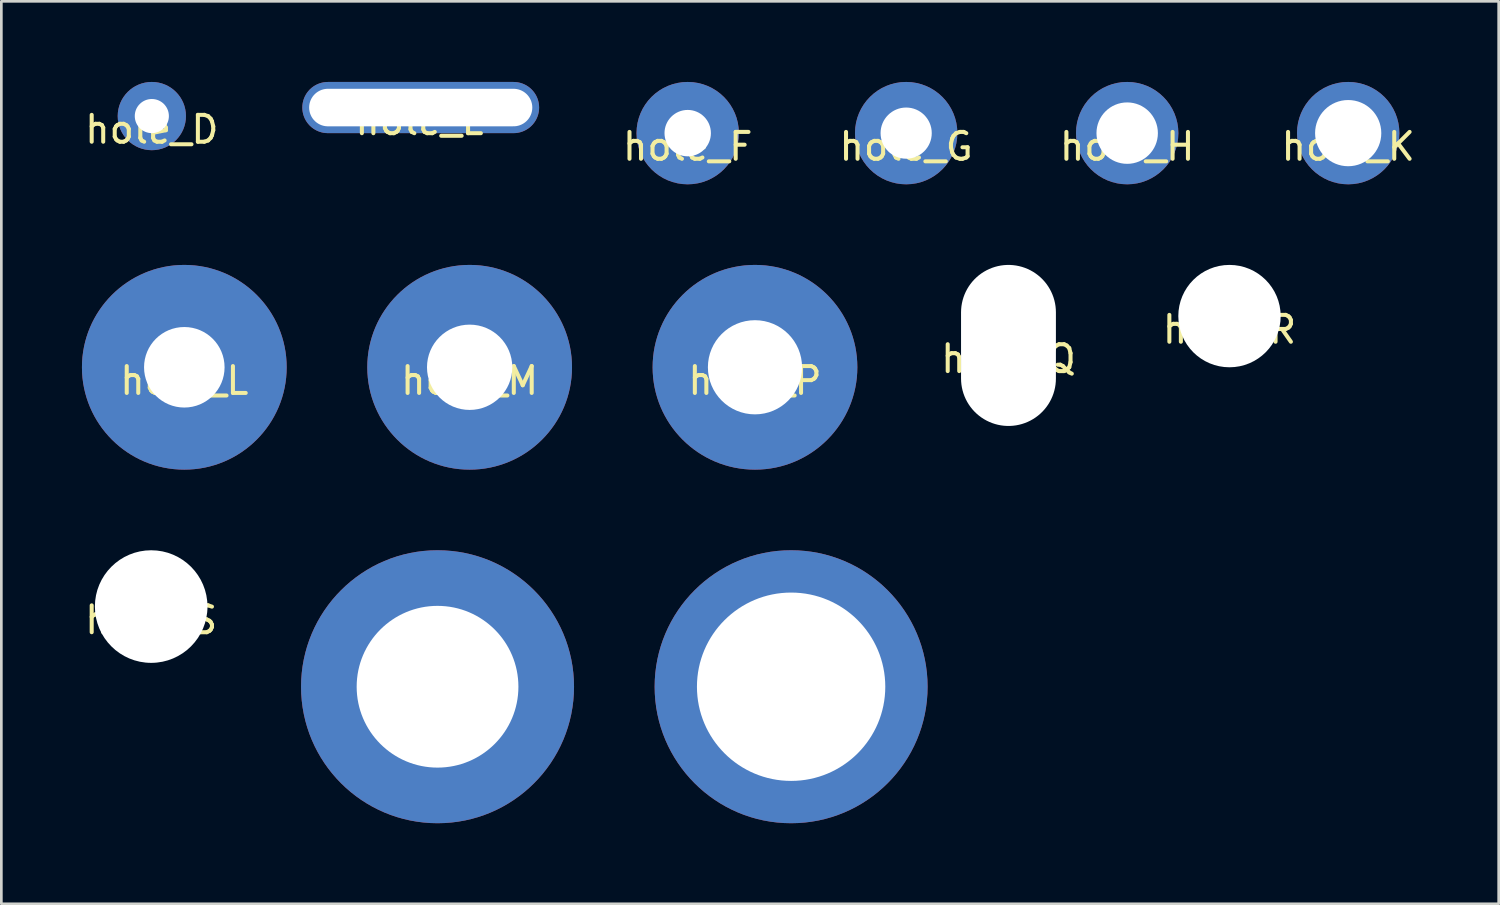
<source format=kicad_pcb>
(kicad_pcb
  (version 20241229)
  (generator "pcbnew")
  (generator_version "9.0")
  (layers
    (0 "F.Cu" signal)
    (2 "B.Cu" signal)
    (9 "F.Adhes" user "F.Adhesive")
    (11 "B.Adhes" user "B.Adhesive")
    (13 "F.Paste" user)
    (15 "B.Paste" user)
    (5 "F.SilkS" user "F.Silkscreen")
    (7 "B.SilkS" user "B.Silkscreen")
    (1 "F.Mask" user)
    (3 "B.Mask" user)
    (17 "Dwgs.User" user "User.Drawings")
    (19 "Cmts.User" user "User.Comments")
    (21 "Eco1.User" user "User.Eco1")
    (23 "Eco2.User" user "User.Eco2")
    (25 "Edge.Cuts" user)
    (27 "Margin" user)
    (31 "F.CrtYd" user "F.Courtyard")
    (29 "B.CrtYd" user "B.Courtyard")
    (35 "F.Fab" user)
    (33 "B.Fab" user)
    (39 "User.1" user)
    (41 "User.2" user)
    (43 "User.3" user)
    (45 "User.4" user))
  (footprint "hole_V"
    (layer "F.Cu")
    (at 26.395 22.51)
    (property "Reference" "hole_V" (at 0 0.5 0) (layer "F.SilkS") (effects (font (size 1 1) (thickness 0.15))))
    (attr through_hole)
    (pad "" thru_hole circle (at 0 0) (size 10.16 10.16) (drill 7.01) (layers "*.Cu" "*.Mask")))
  (footprint "hole_Q"
    (layer "F.Cu")
    (at 34.485 9.807)
    (property "Reference" "hole_Q" (at 0 0.5 0) (layer "F.SilkS") (effects (font (size 1 1) (thickness 0.15))))
    (attr through_hole)
    (pad "" np_thru_hole oval (at 0 0) (size 3.531 5.994) (drill oval 3.531 5.994) (layers "*.Cu" "*.Mask")))
  (footprint "hole_U"
    (layer "F.Cu")
    (at 13.235 22.51)
    (property "Reference" "hole_U" (at 0 0.5 0) (layer "F.SilkS") (effects (font (size 1 1) (thickness 0.15))))
    (attr through_hole)
    (pad "" thru_hole circle (at 0 0) (size 10.16 10.16) (drill 6.02) (layers "*.Cu" "*.Mask")))
  (footprint "hole_D"
    (layer "F.Cu")
    (at 2.601 1.27)
    (property "Reference" "hole_D" (at 0 0.5 0) (layer "F.SilkS") (effects (font (size 1 1) (thickness 0.15))))
    (attr through_hole)
    (pad "" thru_hole circle (at 0 0) (size 2.54 2.54) (drill 1.27) (layers "*.Cu" "*.Mask")))
  (footprint "hole_M"
    (layer "F.Cu")
    (at 14.43 10.62)
    (property "Reference" "hole_M" (at 0 0.5 0) (layer "F.SilkS") (effects (font (size 1 1) (thickness 0.15))))
    (attr through_hole)
    (pad "" thru_hole circle (at 0 0) (size 7.62 7.62) (drill 3.175) (layers "*.Cu" "*.Mask")))
  (footprint "hole_H"
    (layer "F.Cu")
    (at 38.903 1.905)
    (property "Reference" "hole_H" (at 0 0.5 0) (layer "F.SilkS") (effects (font (size 1 1) (thickness 0.15))))
    (attr through_hole)
    (pad "" thru_hole circle (at 0 0) (size 3.81 3.81) (drill 2.286) (layers "*.Cu" "*.Mask")))
  (footprint "hole_K"
    (layer "F.Cu")
    (at 47.129 1.905)
    (property "Reference" "hole_K" (at 0 0.5 0) (layer "F.SilkS") (effects (font (size 1 1) (thickness 0.15))))
    (attr through_hole)
    (pad "" thru_hole circle (at 0 0) (size 3.81 3.81) (drill 2.464) (layers "*.Cu" "*.Mask")))
  (footprint "hole_L"
    (layer "F.Cu")
    (at 3.81 10.62)
    (property "Reference" "hole_L" (at 0 0.5 0) (layer "F.SilkS") (effects (font (size 1 1) (thickness 0.15))))
    (attr through_hole)
    (pad "" thru_hole circle (at 0 0) (size 7.62 7.62) (drill 2.997) (layers "*.Cu" "*.Mask")))
  (footprint "hole_F"
    (layer "F.Cu")
    (at 22.546 1.905)
    (property "Reference" "hole_F" (at 0 0.5 0) (layer "F.SilkS") (effects (font (size 1 1) (thickness 0.15))))
    (attr through_hole)
    (pad "" thru_hole circle (at 0 0) (size 3.81 3.81) (drill 1.727) (layers "*.Cu" "*.Mask")))
  (footprint "hole_R"
    (layer "F.Cu")
    (at 42.711 8.715)
    (property "Reference" "hole_R" (at 0 0.5 0) (layer "F.SilkS") (effects (font (size 1 1) (thickness 0.15))))
    (attr through_hole)
    (pad "" np_thru_hole circle (at 0 0) (size 3.81 3.81) (drill 3.81) (layers "*.Cu" "*.Mask")))
  (footprint "hole_S"
    (layer "F.Cu")
    (at 2.577 19.526)
    (property "Reference" "hole_S" (at 0 0.5 0) (layer "F.SilkS") (effects (font (size 1 1) (thickness 0.15))))
    (attr through_hole)
    (pad "" np_thru_hole circle (at 0 0) (size 4.191 4.191) (drill 4.191) (layers "*.Cu" "*.Mask")))
  (footprint "hole_P"
    (layer "F.Cu")
    (at 25.05 10.62)
    (property "Reference" "hole_P" (at 0 0.5 0) (layer "F.SilkS") (effects (font (size 1 1) (thickness 0.15))))
    (attr through_hole)
    (pad "" thru_hole circle (at 0 0) (size 7.62 7.62) (drill 3.505) (layers "*.Cu" "*.Mask")))
  (footprint "hole_G"
    (layer "F.Cu")
    (at 30.677 1.905)
    (property "Reference" "hole_G" (at 0 0.5 0) (layer "F.SilkS") (effects (font (size 1 1) (thickness 0.15))))
    (attr through_hole)
    (pad "" thru_hole circle (at 0 0) (size 3.81 3.81) (drill 1.905) (layers "*.Cu" "*.Mask")))
  (footprint "hole_E"
    (layer "F.Cu")
    (at 12.609 0.953)
    (property "Reference" "hole_E" (at 0 0.5 0) (layer "F.SilkS") (effects (font (size 1 1) (thickness 0.15))))
    (attr through_hole)
    (pad "" thru_hole oval (at 0 0) (size 8.814 1.905) (drill oval 8.306 1.397) (layers "*.Cu" "*.Mask")))
  (gr_rect
    (start -3 -3)
    (end 52.73 30.59)
    (stroke (width 0.1) (type default))
    (fill no)
    (layer "Edge.Cuts")))
</source>
